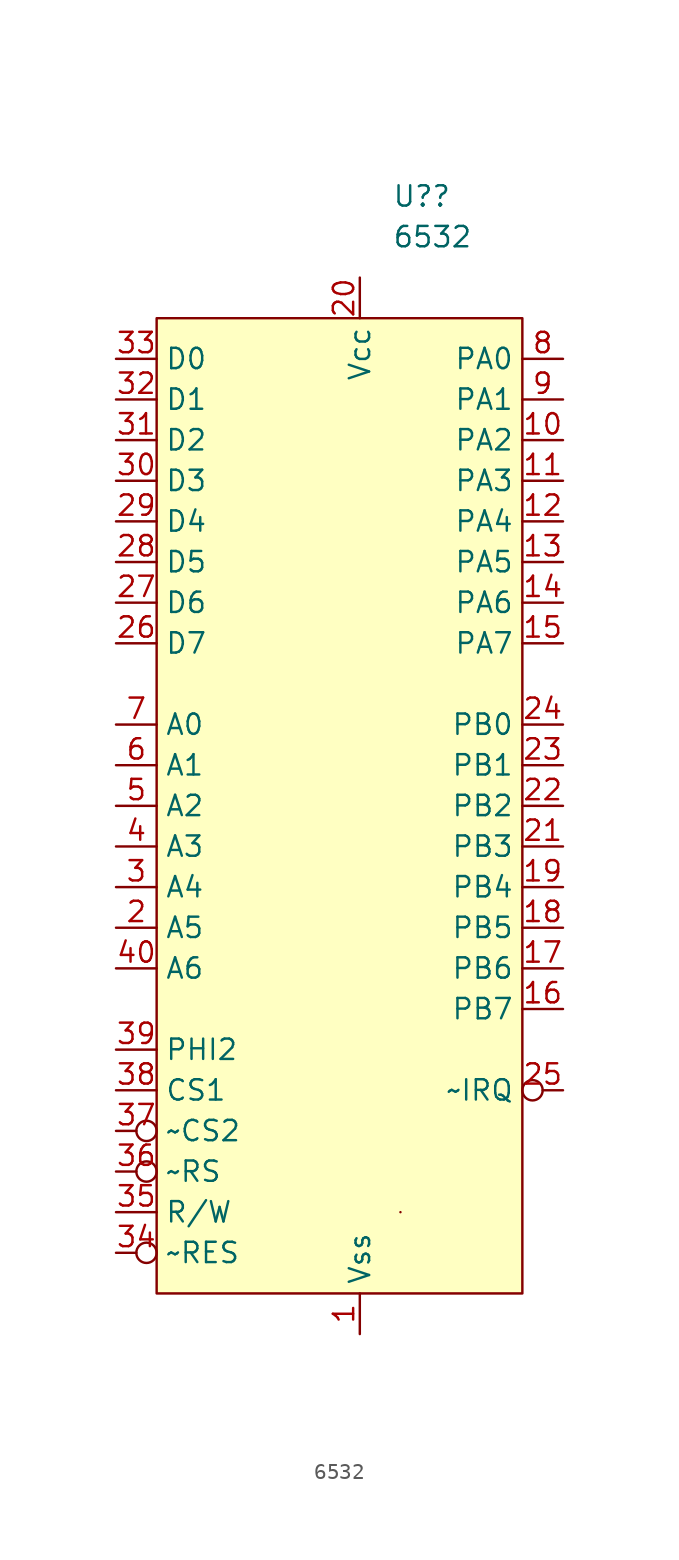
<source format=kicad_sym>
(kicad_symbol_lib
  (version 20211014)
  (generator kicad_symbol_editor)
  (symbol "6532"
    (property "Reference" "U?"
      (at 2.019 35.56 0)
      (effects (font (size 1.27 1.27)) (justify left)))
    (property "Value" "6532"
      (at 2.019 33.02 0)
      (effects (font (size 1.27 1.27)) (justify left)))
    (symbol "6532_0_1"
      (rectangle (start -12.7 27.94) (end 10.16 -33.02) (stroke (width 0) (type default) (color 0 0 0 0)) (fill (type background)))
      (rectangle (start 2.54 -27.94) (end 2.54 -27.94) (stroke (width 0) (type default) (color 0 0 0 0)) (fill (type none))))
    (symbol "6532_1_1"
      (pin power_in line (at 0 -35.56 90) (length 2.54) (name "Vss" (effects (font (size 1.27 1.27)))) (number "1" (effects (font (size 1.27 1.27)))))
      (pin bidirectional line (at 12.7 20.32 180) (length 2.54) (name "PA2" (effects (font (size 1.27 1.27)))) (number "10" (effects (font (size 1.27 1.27)))))
      (pin bidirectional line (at 12.7 17.78 180) (length 2.54) (name "PA3" (effects (font (size 1.27 1.27)))) (number "11" (effects (font (size 1.27 1.27)))))
      (pin bidirectional line (at 12.7 15.24 180) (length 2.54) (name "PA4" (effects (font (size 1.27 1.27)))) (number "12" (effects (font (size 1.27 1.27)))))
      (pin bidirectional line (at 12.7 12.7 180) (length 2.54) (name "PA5" (effects (font (size 1.27 1.27)))) (number "13" (effects (font (size 1.27 1.27)))))
      (pin bidirectional line (at 12.7 10.16 180) (length 2.54) (name "PA6" (effects (font (size 1.27 1.27)))) (number "14" (effects (font (size 1.27 1.27)))))
      (pin bidirectional line (at 12.7 7.62 180) (length 2.54) (name "PA7" (effects (font (size 1.27 1.27)))) (number "15" (effects (font (size 1.27 1.27)))))
      (pin bidirectional line (at 12.7 -15.24 180) (length 2.54) (name "PB7" (effects (font (size 1.27 1.27)))) (number "16" (effects (font (size 1.27 1.27)))))
      (pin bidirectional line (at 12.7 -12.7 180) (length 2.54) (name "PB6" (effects (font (size 1.27 1.27)))) (number "17" (effects (font (size 1.27 1.27)))))
      (pin bidirectional line (at 12.7 -10.16 180) (length 2.54) (name "PB5" (effects (font (size 1.27 1.27)))) (number "18" (effects (font (size 1.27 1.27)))))
      (pin bidirectional line (at 12.7 -7.62 180) (length 2.54) (name "PB4" (effects (font (size 1.27 1.27)))) (number "19" (effects (font (size 1.27 1.27)))))
      (pin input line (at -15.24 -10.16 0) (length 2.54) (name "A5" (effects (font (size 1.27 1.27)))) (number "2" (effects (font (size 1.27 1.27)))))
      (pin power_in line (at 0 30.48 270) (length 2.54) (name "Vcc" (effects (font (size 1.27 1.27)))) (number "20" (effects (font (size 1.27 1.27)))))
      (pin bidirectional line (at 12.7 -5.08 180) (length 2.54) (name "PB3" (effects (font (size 1.27 1.27)))) (number "21" (effects (font (size 1.27 1.27)))))
      (pin bidirectional line (at 12.7 -2.54 180) (length 2.54) (name "PB2" (effects (font (size 1.27 1.27)))) (number "22" (effects (font (size 1.27 1.27)))))
      (pin bidirectional line (at 12.7 0 180) (length 2.54) (name "PB1" (effects (font (size 1.27 1.27)))) (number "23" (effects (font (size 1.27 1.27)))))
      (pin bidirectional line (at 12.7 2.54 180) (length 2.54) (name "PB0" (effects (font (size 1.27 1.27)))) (number "24" (effects (font (size 1.27 1.27)))))
      (pin open_collector inverted (at 12.7 -20.32 180) (length 2.54) (name "~IRQ" (effects (font (size 1.27 1.27)))) (number "25" (effects (font (size 1.27 1.27)))))
      (pin bidirectional line (at -15.24 7.62 0) (length 2.54) (name "D7" (effects (font (size 1.27 1.27)))) (number "26" (effects (font (size 1.27 1.27)))))
      (pin bidirectional line (at -15.24 10.16 0) (length 2.54) (name "D6" (effects (font (size 1.27 1.27)))) (number "27" (effects (font (size 1.27 1.27)))))
      (pin bidirectional line (at -15.24 12.7 0) (length 2.54) (name "D5" (effects (font (size 1.27 1.27)))) (number "28" (effects (font (size 1.27 1.27)))))
      (pin bidirectional line (at -15.24 15.24 0) (length 2.54) (name "D4" (effects (font (size 1.27 1.27)))) (number "29" (effects (font (size 1.27 1.27)))))
      (pin input line (at -15.24 -7.62 0) (length 2.54) (name "A4" (effects (font (size 1.27 1.27)))) (number "3" (effects (font (size 1.27 1.27)))))
      (pin bidirectional line (at -15.24 17.78 0) (length 2.54) (name "D3" (effects (font (size 1.27 1.27)))) (number "30" (effects (font (size 1.27 1.27)))))
      (pin bidirectional line (at -15.24 20.32 0) (length 2.54) (name "D2" (effects (font (size 1.27 1.27)))) (number "31" (effects (font (size 1.27 1.27)))))
      (pin bidirectional line (at -15.24 22.86 0) (length 2.54) (name "D1" (effects (font (size 1.27 1.27)))) (number "32" (effects (font (size 1.27 1.27)))))
      (pin bidirectional line (at -15.24 25.4 0) (length 2.54) (name "D0" (effects (font (size 1.27 1.27)))) (number "33" (effects (font (size 1.27 1.27)))))
      (pin input inverted (at -15.24 -30.48 0) (length 2.54) (name "~RES" (effects (font (size 1.27 1.27)))) (number "34" (effects (font (size 1.27 1.27)))))
      (pin input line (at -15.24 -27.94 0) (length 2.54) (name "R/W" (effects (font (size 1.27 1.27)))) (number "35" (effects (font (size 1.27 1.27)))))
      (pin input inverted (at -15.24 -25.4 0) (length 2.54) (name "~RS" (effects (font (size 1.27 1.27)))) (number "36" (effects (font (size 1.27 1.27)))))
      (pin input inverted (at -15.24 -22.86 0) (length 2.54) (name "~CS2" (effects (font (size 1.27 1.27)))) (number "37" (effects (font (size 1.27 1.27)))))
      (pin input line (at -15.24 -20.32 0) (length 2.54) (name "CS1" (effects (font (size 1.27 1.27)))) (number "38" (effects (font (size 1.27 1.27)))))
      (pin input line (at -15.24 -17.78 0) (length 2.54) (name "PHI2" (effects (font (size 1.27 1.27)))) (number "39" (effects (font (size 1.27 1.27)))))
      (pin input line (at -15.24 -5.08 0) (length 2.54) (name "A3" (effects (font (size 1.27 1.27)))) (number "4" (effects (font (size 1.27 1.27)))))
      (pin input line (at -15.24 -12.7 0) (length 2.54) (name "A6" (effects (font (size 1.27 1.27)))) (number "40" (effects (font (size 1.27 1.27)))))
      (pin input line (at -15.24 -2.54 0) (length 2.54) (name "A2" (effects (font (size 1.27 1.27)))) (number "5" (effects (font (size 1.27 1.27)))))
      (pin input line (at -15.24 0 0) (length 2.54) (name "A1" (effects (font (size 1.27 1.27)))) (number "6" (effects (font (size 1.27 1.27)))))
      (pin input line (at -15.24 2.54 0) (length 2.54) (name "A0" (effects (font (size 1.27 1.27)))) (number "7" (effects (font (size 1.27 1.27)))))
      (pin bidirectional line (at 12.7 25.4 180) (length 2.54) (name "PA0" (effects (font (size 1.27 1.27)))) (number "8" (effects (font (size 1.27 1.27)))))
      (pin bidirectional line (at 12.7 22.86 180) (length 2.54) (name "PA1" (effects (font (size 1.27 1.27)))) (number "9" (effects (font (size 1.27 1.27))))))))
</source>
